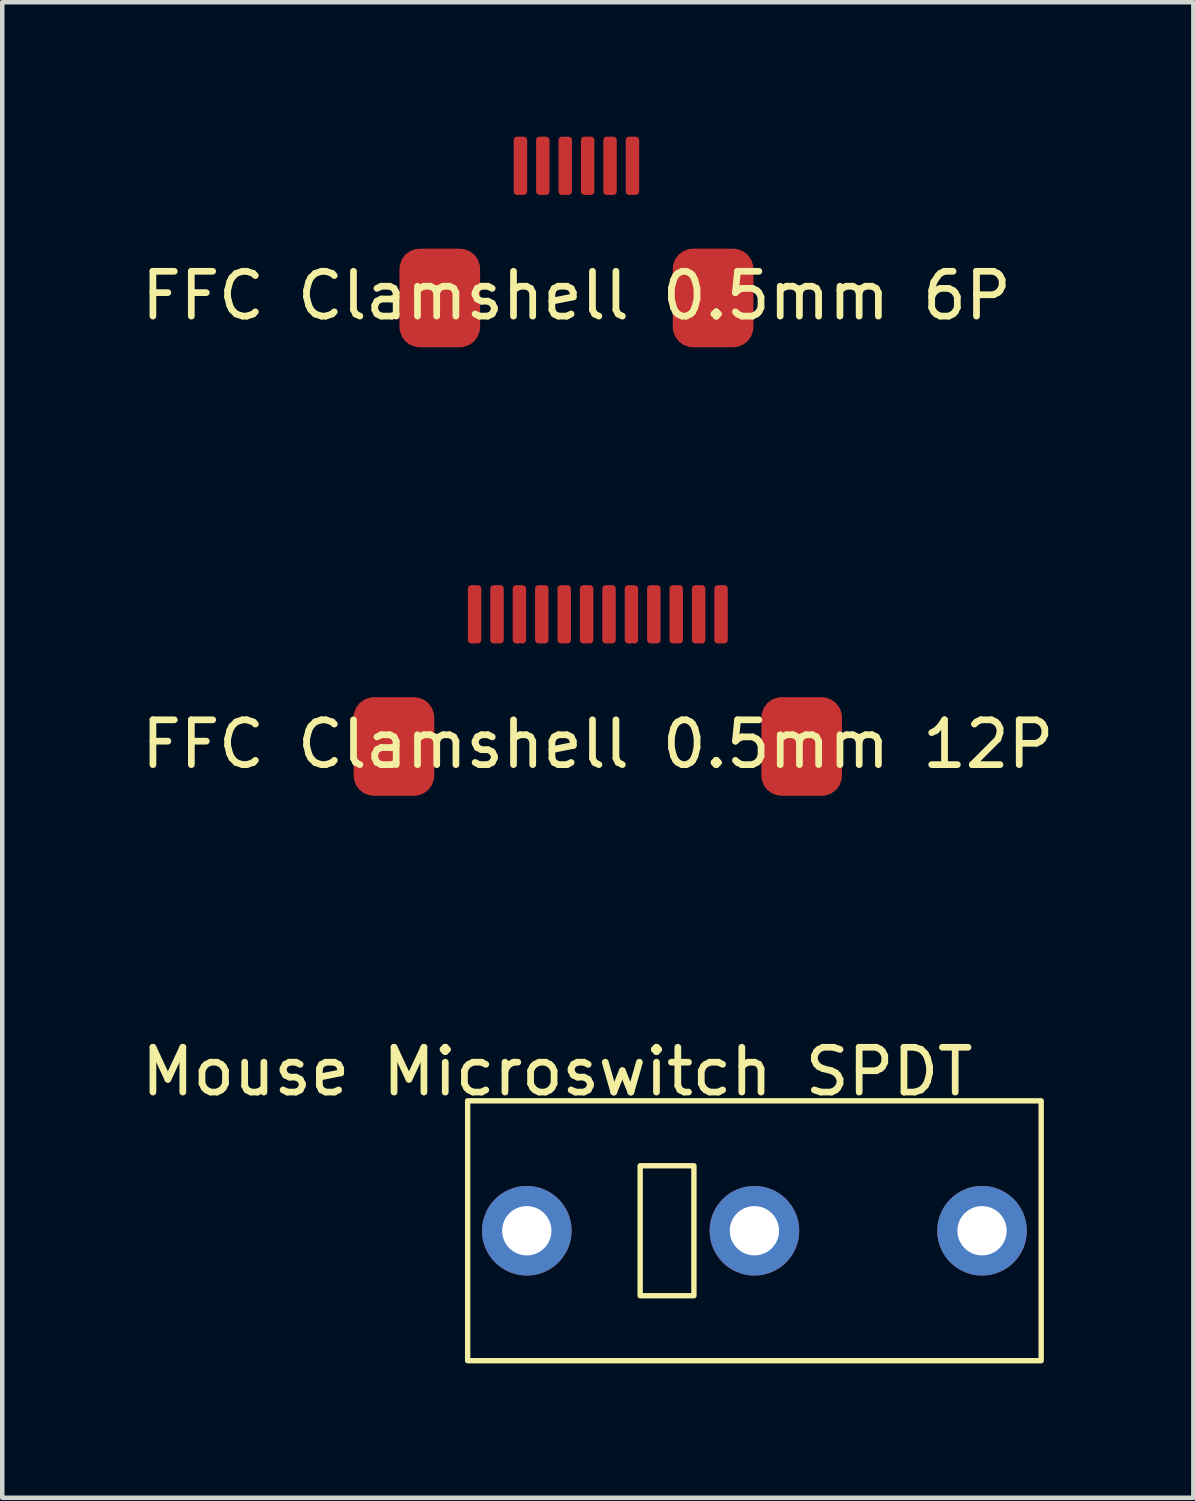
<source format=kicad_pcb>
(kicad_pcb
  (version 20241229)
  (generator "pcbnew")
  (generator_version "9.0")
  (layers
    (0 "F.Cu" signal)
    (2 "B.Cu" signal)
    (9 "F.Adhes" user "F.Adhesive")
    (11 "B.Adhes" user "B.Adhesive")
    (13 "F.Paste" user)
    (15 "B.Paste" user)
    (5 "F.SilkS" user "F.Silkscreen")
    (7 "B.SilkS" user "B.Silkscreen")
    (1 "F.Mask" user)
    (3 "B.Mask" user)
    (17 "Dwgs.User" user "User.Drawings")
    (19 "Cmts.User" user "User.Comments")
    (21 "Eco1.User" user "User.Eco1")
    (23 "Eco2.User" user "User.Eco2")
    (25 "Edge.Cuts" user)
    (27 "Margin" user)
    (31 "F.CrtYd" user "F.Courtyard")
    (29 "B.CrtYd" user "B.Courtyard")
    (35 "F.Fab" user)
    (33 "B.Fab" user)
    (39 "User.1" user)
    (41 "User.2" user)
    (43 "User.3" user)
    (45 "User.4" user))
  (footprint "FFC Clamshell 0.5mm 6P"
    (layer "F.Cu")
    (at 9.815 4.05)
    (property "Reference" "FFC Clamshell 0.5mm 6P" (at 0 -0.5 0) (unlocked yes) (layer "F.SilkS") (effects (font (size 1 1) (thickness 0.15))))
    (attr smd)
    (fp_line (start -3.6 -2.9) (end -3.6 2.9) (stroke (width 0.12) (type solid)) (layer "User.4"))
    (fp_line (start 3.6 -2.9) (end 3.6 2.9) (stroke (width 0.12) (type solid)) (layer "User.4"))
    (fp_line (start 3.6 2.9) (end -3.6 2.9) (stroke (width 0.12) (type solid)) (layer "User.4"))
    (fp_rect (start -3.6 -2.9) (end 3.6 -2.9) (stroke (width 0.12) (type solid)) (fill no) (layer "User.4"))
    (pad "" smd roundrect (at -3.05 -0.45 180) (size 1.8 2.2) (layers "F.Cu" "F.Mask" "F.Paste") (roundrect_rratio 0.25))
    (pad "" smd roundrect (at 3.05 -0.45) (size 1.8 2.2) (layers "F.Cu" "F.Mask" "F.Paste") (roundrect_rratio 0.25))
    (pad "1" smd roundrect (at -1.25 -3.4) (size 0.3 1.3) (layers "F.Cu" "F.Mask" "F.Paste") (roundrect_rratio 0.25))
    (pad "2" smd roundrect (at -0.75 -3.4) (size 0.3 1.3) (layers "F.Cu" "F.Mask" "F.Paste") (roundrect_rratio 0.25))
    (pad "3" smd roundrect (at -0.25 -3.4) (size 0.3 1.3) (layers "F.Cu" "F.Mask" "F.Paste") (roundrect_rratio 0.25))
    (pad "4" smd roundrect (at 0.25 -3.4) (size 0.3 1.3) (layers "F.Cu" "F.Mask" "F.Paste") (roundrect_rratio 0.25))
    (pad "5" smd roundrect (at 0.75 -3.4) (size 0.3 1.3) (layers "F.Cu" "F.Mask" "F.Paste") (roundrect_rratio 0.25))
    (pad "6" smd roundrect (at 1.25 -3.4) (size 0.3 1.3) (layers "F.Cu" "F.Mask" "F.Paste") (roundrect_rratio 0.25)))
  (footprint "Mouse Microswitch SPDT"
    (layer "F.Cu")
    (at 13.787 24.418)
    (property "Reference" "Mouse Microswitch SPDT" (at -4.4 -3.55 0) (unlocked yes) (layer "F.SilkS") (effects (font (size 1 1) (thickness 0.15))))
    (attr through_hole)
    (fp_rect (start -6.4 -2.9) (end 6.4 2.9) (stroke (width 0.12) (type solid)) (fill no) (layer "F.SilkS"))
    (fp_rect (start -1.35 -1.45) (end -2.55 1.45) (stroke (width 0.12) (type solid)) (fill no) (layer "F.SilkS"))
    (pad "1" thru_hole circle (at 5.08 0) (size 2 2) (drill 1.1) (layers "*.Cu" "*.Mask"))
    (pad "2" thru_hole circle (at -5.08 0) (size 2 2) (drill 1.1) (layers "*.Cu" "*.Mask"))
    (pad "3" thru_hole circle (at 0 0) (size 2 2) (drill 1.1) (layers "*.Cu" "*.Mask")))
  (footprint "FFC Clamshell 0.5mm 12P"
    (layer "F.Cu")
    (at 10.292 14.06)
    (property "Reference" "FFC Clamshell 0.5mm 12P" (at 0 -0.5 0) (unlocked yes) (layer "F.SilkS") (effects (font (size 1 1) (thickness 0.15))))
    (attr smd)
    (fp_line (start -5.1 -2.9) (end -5.1 2.9) (stroke (width 0.12) (type solid)) (layer "User.4"))
    (fp_line (start 5.1 -2.9) (end 5.1 2.9) (stroke (width 0.12) (type solid)) (layer "User.4"))
    (fp_line (start 5.1 2.9) (end -5.1 2.9) (stroke (width 0.12) (type solid)) (layer "User.4"))
    (fp_rect (start -5.1 -2.9) (end 5.1 -2.9) (stroke (width 0.12) (type solid)) (fill no) (layer "User.4"))
    (pad "" smd roundrect (at -4.55 -0.45) (size 1.8 2.2) (layers "F.Cu" "F.Mask" "F.Paste") (roundrect_rratio 0.25))
    (pad "" smd roundrect (at 4.55 -0.45) (size 1.8 2.2) (layers "F.Cu" "F.Mask" "F.Paste") (roundrect_rratio 0.25))
    (pad "1" smd roundrect (at -2.75 -3.4) (size 0.3 1.3) (layers "F.Cu" "F.Mask" "F.Paste") (roundrect_rratio 0.25))
    (pad "2" smd roundrect (at -2.25 -3.4) (size 0.3 1.3) (layers "F.Cu" "F.Mask" "F.Paste") (roundrect_rratio 0.25))
    (pad "3" smd roundrect (at -1.75 -3.4) (size 0.3 1.3) (layers "F.Cu" "F.Mask" "F.Paste") (roundrect_rratio 0.25))
    (pad "4" smd roundrect (at -1.25 -3.4) (size 0.3 1.3) (layers "F.Cu" "F.Mask" "F.Paste") (roundrect_rratio 0.25))
    (pad "5" smd roundrect (at -0.75 -3.4) (size 0.3 1.3) (layers "F.Cu" "F.Mask" "F.Paste") (roundrect_rratio 0.25))
    (pad "6" smd roundrect (at -0.25 -3.4) (size 0.3 1.3) (layers "F.Cu" "F.Mask" "F.Paste") (roundrect_rratio 0.25))
    (pad "7" smd roundrect (at 0.25 -3.4) (size 0.3 1.3) (layers "F.Cu" "F.Mask" "F.Paste") (roundrect_rratio 0.25))
    (pad "8" smd roundrect (at 0.75 -3.4) (size 0.3 1.3) (layers "F.Cu" "F.Mask" "F.Paste") (roundrect_rratio 0.25))
    (pad "9" smd roundrect (at 1.25 -3.4) (size 0.3 1.3) (layers "F.Cu" "F.Mask" "F.Paste") (roundrect_rratio 0.25))
    (pad "10" smd roundrect (at 1.75 -3.4) (size 0.3 1.3) (layers "F.Cu" "F.Mask" "F.Paste") (roundrect_rratio 0.25))
    (pad "11" smd roundrect (at 2.25 -3.4) (size 0.3 1.3) (layers "F.Cu" "F.Mask" "F.Paste") (roundrect_rratio 0.25))
    (pad "12" smd roundrect (at 2.75 -3.4) (size 0.3 1.3) (layers "F.Cu" "F.Mask" "F.Paste") (roundrect_rratio 0.25)))
  (gr_rect
    (start -3 -3)
    (end 23.583 30.378)
    (stroke (width 0.1) (type default))
    (fill no)
    (layer "Edge.Cuts")))
</source>
